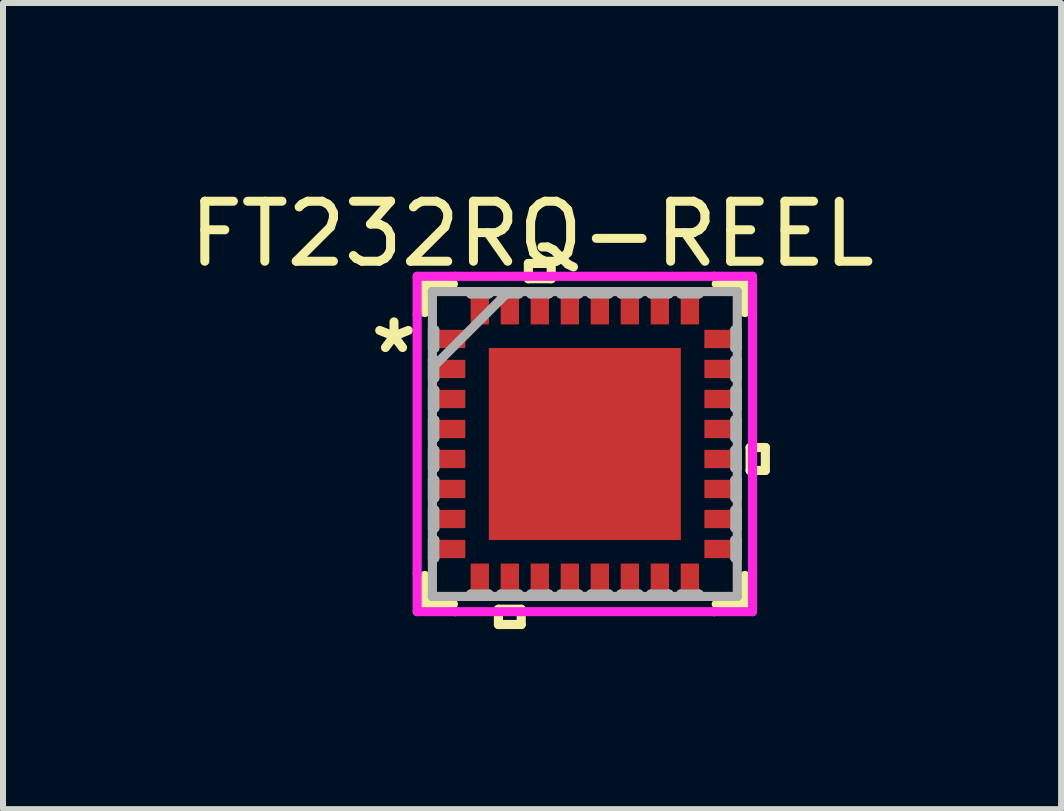
<source format=kicad_pcb>
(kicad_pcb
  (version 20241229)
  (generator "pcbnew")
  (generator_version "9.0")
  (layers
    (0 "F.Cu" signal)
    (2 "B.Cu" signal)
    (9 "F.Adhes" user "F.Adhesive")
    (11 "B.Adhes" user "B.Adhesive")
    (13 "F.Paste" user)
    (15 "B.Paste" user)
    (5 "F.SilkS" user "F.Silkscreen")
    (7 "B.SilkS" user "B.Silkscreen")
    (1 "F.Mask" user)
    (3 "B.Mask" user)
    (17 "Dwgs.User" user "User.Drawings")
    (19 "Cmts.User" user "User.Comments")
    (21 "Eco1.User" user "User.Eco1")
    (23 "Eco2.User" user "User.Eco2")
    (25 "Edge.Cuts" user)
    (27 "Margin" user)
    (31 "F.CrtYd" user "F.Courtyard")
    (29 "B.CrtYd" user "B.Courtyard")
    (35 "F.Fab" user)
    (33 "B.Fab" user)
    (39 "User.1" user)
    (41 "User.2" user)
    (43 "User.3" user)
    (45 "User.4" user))
  (footprint "FT232RQ-REEL"
    (layer "F.Cu")
    (at 6.695 4.348)
    (property "Reference" "FT232RQ-REEL" (at -0.88 -3.5 0) (layer "F.SilkS") (effects (font (size 1 1) (thickness 0.15))))
    (attr through_hole)
    (fp_line (start -2.667 -2.667) (end -2.667 -2.19) (stroke (width 0.152) (type solid)) (layer "F.SilkS"))
    (fp_line (start -2.667 2.19) (end -2.667 2.667) (stroke (width 0.152) (type solid)) (layer "F.SilkS"))
    (fp_line (start -2.667 2.667) (end -2.19 2.667) (stroke (width 0.152) (type solid)) (layer "F.SilkS"))
    (fp_line (start -2.19 -2.667) (end -2.667 -2.667) (stroke (width 0.152) (type solid)) (layer "F.SilkS"))
    (fp_line (start -1.44 2.754) (end -1.44 3.008) (stroke (width 0.152) (type solid)) (layer "F.SilkS"))
    (fp_line (start -1.44 3.008) (end -1.06 3.008) (stroke (width 0.152) (type solid)) (layer "F.SilkS"))
    (fp_line (start -1.06 2.754) (end -1.44 2.754) (stroke (width 0.152) (type solid)) (layer "F.SilkS"))
    (fp_line (start -1.06 3.008) (end -1.06 2.754) (stroke (width 0.152) (type solid)) (layer "F.SilkS"))
    (fp_line (start -0.941 -3.008) (end -0.56 -3.008) (stroke (width 0.152) (type solid)) (layer "F.SilkS"))
    (fp_line (start -0.941 -2.754) (end -0.941 -3.008) (stroke (width 0.152) (type solid)) (layer "F.SilkS"))
    (fp_line (start -0.56 -3.008) (end -0.56 -2.754) (stroke (width 0.152) (type solid)) (layer "F.SilkS"))
    (fp_line (start -0.56 -2.754) (end -0.941 -2.754) (stroke (width 0.152) (type solid)) (layer "F.SilkS"))
    (fp_line (start 2.19 2.667) (end 2.667 2.667) (stroke (width 0.152) (type solid)) (layer "F.SilkS"))
    (fp_line (start 2.667 -2.667) (end 2.19 -2.667) (stroke (width 0.152) (type solid)) (layer "F.SilkS"))
    (fp_line (start 2.667 -2.19) (end 2.667 -2.667) (stroke (width 0.152) (type solid)) (layer "F.SilkS"))
    (fp_line (start 2.667 2.667) (end 2.667 2.19) (stroke (width 0.152) (type solid)) (layer "F.SilkS"))
    (fp_line (start 2.754 0.059) (end 3.008 0.059) (stroke (width 0.152) (type solid)) (layer "F.SilkS"))
    (fp_line (start 2.754 0.441) (end 2.754 0.059) (stroke (width 0.152) (type solid)) (layer "F.SilkS"))
    (fp_line (start 3.008 0.059) (end 3.008 0.441) (stroke (width 0.152) (type solid)) (layer "F.SilkS"))
    (fp_line (start 3.008 0.441) (end 2.754 0.441) (stroke (width 0.152) (type solid)) (layer "F.SilkS"))
    (fp_line (start -2.794 -2.794) (end -2.156 -2.794) (stroke (width 0.152) (type solid)) (layer "F.CrtYd"))
    (fp_line (start -2.794 -2.156) (end -2.794 -2.794) (stroke (width 0.152) (type solid)) (layer "F.CrtYd"))
    (fp_line (start -2.794 -2.156) (end -2.794 -2.156) (stroke (width 0.152) (type solid)) (layer "F.CrtYd"))
    (fp_line (start -2.794 2.156) (end -2.794 -2.156) (stroke (width 0.152) (type solid)) (layer "F.CrtYd"))
    (fp_line (start -2.794 2.156) (end -2.794 2.156) (stroke (width 0.152) (type solid)) (layer "F.CrtYd"))
    (fp_line (start -2.794 2.794) (end -2.794 2.156) (stroke (width 0.152) (type solid)) (layer "F.CrtYd"))
    (fp_line (start -2.156 -2.794) (end -2.156 -2.794) (stroke (width 0.152) (type solid)) (layer "F.CrtYd"))
    (fp_line (start -2.156 -2.794) (end 2.156 -2.794) (stroke (width 0.152) (type solid)) (layer "F.CrtYd"))
    (fp_line (start -2.156 2.794) (end -2.794 2.794) (stroke (width 0.152) (type solid)) (layer "F.CrtYd"))
    (fp_line (start -2.156 2.794) (end -2.156 2.794) (stroke (width 0.152) (type solid)) (layer "F.CrtYd"))
    (fp_line (start 2.156 -2.794) (end 2.156 -2.794) (stroke (width 0.152) (type solid)) (layer "F.CrtYd"))
    (fp_line (start 2.156 -2.794) (end 2.794 -2.794) (stroke (width 0.152) (type solid)) (layer "F.CrtYd"))
    (fp_line (start 2.156 2.794) (end -2.156 2.794) (stroke (width 0.152) (type solid)) (layer "F.CrtYd"))
    (fp_line (start 2.156 2.794) (end 2.156 2.794) (stroke (width 0.152) (type solid)) (layer "F.CrtYd"))
    (fp_line (start 2.794 -2.794) (end 2.794 -2.156) (stroke (width 0.152) (type solid)) (layer "F.CrtYd"))
    (fp_line (start 2.794 -2.156) (end 2.794 -2.156) (stroke (width 0.152) (type solid)) (layer "F.CrtYd"))
    (fp_line (start 2.794 -2.156) (end 2.794 2.156) (stroke (width 0.152) (type solid)) (layer "F.CrtYd"))
    (fp_line (start 2.794 2.156) (end 2.794 2.156) (stroke (width 0.152) (type solid)) (layer "F.CrtYd"))
    (fp_line (start 2.794 2.156) (end 2.794 2.794) (stroke (width 0.152) (type solid)) (layer "F.CrtYd"))
    (fp_line (start 2.794 2.794) (end 2.156 2.794) (stroke (width 0.152) (type solid)) (layer "F.CrtYd"))
    (fp_line (start -2.54 -2.54) (end -2.54 -2.54) (stroke (width 0.152) (type solid)) (layer "F.Fab"))
    (fp_line (start -2.54 -2.54) (end -2.54 2.54) (stroke (width 0.152) (type solid)) (layer "F.Fab"))
    (fp_line (start -2.54 -1.902) (end -2.5 -1.902) (stroke (width 0.152) (type solid)) (layer "F.Fab"))
    (fp_line (start -2.54 -1.598) (end -2.54 -1.902) (stroke (width 0.152) (type solid)) (layer "F.Fab"))
    (fp_line (start -2.54 -1.402) (end -2.5 -1.402) (stroke (width 0.152) (type solid)) (layer "F.Fab"))
    (fp_line (start -2.54 -1.27) (end -1.27 -2.54) (stroke (width 0.152) (type solid)) (layer "F.Fab"))
    (fp_line (start -2.54 -1.098) (end -2.54 -1.402) (stroke (width 0.152) (type solid)) (layer "F.Fab"))
    (fp_line (start -2.54 -0.902) (end -2.5 -0.902) (stroke (width 0.152) (type solid)) (layer "F.Fab"))
    (fp_line (start -2.54 -0.598) (end -2.54 -0.902) (stroke (width 0.152) (type solid)) (layer "F.Fab"))
    (fp_line (start -2.54 -0.402) (end -2.5 -0.402) (stroke (width 0.152) (type solid)) (layer "F.Fab"))
    (fp_line (start -2.54 -0.098) (end -2.54 -0.402) (stroke (width 0.152) (type solid)) (layer "F.Fab"))
    (fp_line (start -2.54 0.098) (end -2.5 0.098) (stroke (width 0.152) (type solid)) (layer "F.Fab"))
    (fp_line (start -2.54 0.402) (end -2.54 0.098) (stroke (width 0.152) (type solid)) (layer "F.Fab"))
    (fp_line (start -2.54 0.598) (end -2.5 0.598) (stroke (width 0.152) (type solid)) (layer "F.Fab"))
    (fp_line (start -2.54 0.902) (end -2.54 0.598) (stroke (width 0.152) (type solid)) (layer "F.Fab"))
    (fp_line (start -2.54 1.098) (end -2.5 1.098) (stroke (width 0.152) (type solid)) (layer "F.Fab"))
    (fp_line (start -2.54 1.402) (end -2.54 1.098) (stroke (width 0.152) (type solid)) (layer "F.Fab"))
    (fp_line (start -2.54 1.598) (end -2.5 1.598) (stroke (width 0.152) (type solid)) (layer "F.Fab"))
    (fp_line (start -2.54 1.902) (end -2.54 1.598) (stroke (width 0.152) (type solid)) (layer "F.Fab"))
    (fp_line (start -2.54 2.54) (end -2.54 2.54) (stroke (width 0.152) (type solid)) (layer "F.Fab"))
    (fp_line (start -2.54 2.54) (end 2.54 2.54) (stroke (width 0.152) (type solid)) (layer "F.Fab"))
    (fp_line (start -2.5 -1.902) (end -2.5 -1.598) (stroke (width 0.152) (type solid)) (layer "F.Fab"))
    (fp_line (start -2.5 -1.598) (end -2.54 -1.598) (stroke (width 0.152) (type solid)) (layer "F.Fab"))
    (fp_line (start -2.5 -1.402) (end -2.5 -1.098) (stroke (width 0.152) (type solid)) (layer "F.Fab"))
    (fp_line (start -2.5 -1.098) (end -2.54 -1.098) (stroke (width 0.152) (type solid)) (layer "F.Fab"))
    (fp_line (start -2.5 -0.902) (end -2.5 -0.598) (stroke (width 0.152) (type solid)) (layer "F.Fab"))
    (fp_line (start -2.5 -0.598) (end -2.54 -0.598) (stroke (width 0.152) (type solid)) (layer "F.Fab"))
    (fp_line (start -2.5 -0.402) (end -2.5 -0.098) (stroke (width 0.152) (type solid)) (layer "F.Fab"))
    (fp_line (start -2.5 -0.098) (end -2.54 -0.098) (stroke (width 0.152) (type solid)) (layer "F.Fab"))
    (fp_line (start -2.5 0.098) (end -2.5 0.402) (stroke (width 0.152) (type solid)) (layer "F.Fab"))
    (fp_line (start -2.5 0.402) (end -2.54 0.402) (stroke (width 0.152) (type solid)) (layer "F.Fab"))
    (fp_line (start -2.5 0.598) (end -2.5 0.902) (stroke (width 0.152) (type solid)) (layer "F.Fab"))
    (fp_line (start -2.5 0.902) (end -2.54 0.902) (stroke (width 0.152) (type solid)) (layer "F.Fab"))
    (fp_line (start -2.5 1.098) (end -2.5 1.402) (stroke (width 0.152) (type solid)) (layer "F.Fab"))
    (fp_line (start -2.5 1.402) (end -2.54 1.402) (stroke (width 0.152) (type solid)) (layer "F.Fab"))
    (fp_line (start -2.5 1.598) (end -2.5 1.902) (stroke (width 0.152) (type solid)) (layer "F.Fab"))
    (fp_line (start -2.5 1.902) (end -2.54 1.902) (stroke (width 0.152) (type solid)) (layer "F.Fab"))
    (fp_line (start -1.902 -2.54) (end -1.598 -2.54) (stroke (width 0.152) (type solid)) (layer "F.Fab"))
    (fp_line (start -1.902 -2.5) (end -1.902 -2.54) (stroke (width 0.152) (type solid)) (layer "F.Fab"))
    (fp_line (start -1.902 2.5) (end -1.598 2.5) (stroke (width 0.152) (type solid)) (layer "F.Fab"))
    (fp_line (start -1.902 2.54) (end -1.902 2.5) (stroke (width 0.152) (type solid)) (layer "F.Fab"))
    (fp_line (start -1.598 -2.54) (end -1.598 -2.5) (stroke (width 0.152) (type solid)) (layer "F.Fab"))
    (fp_line (start -1.598 -2.5) (end -1.902 -2.5) (stroke (width 0.152) (type solid)) (layer "F.Fab"))
    (fp_line (start -1.598 2.5) (end -1.598 2.54) (stroke (width 0.152) (type solid)) (layer "F.Fab"))
    (fp_line (start -1.598 2.54) (end -1.902 2.54) (stroke (width 0.152) (type solid)) (layer "F.Fab"))
    (fp_line (start -1.402 -2.54) (end -1.098 -2.54) (stroke (width 0.152) (type solid)) (layer "F.Fab"))
    (fp_line (start -1.402 -2.5) (end -1.402 -2.54) (stroke (width 0.152) (type solid)) (layer "F.Fab"))
    (fp_line (start -1.402 2.5) (end -1.098 2.5) (stroke (width 0.152) (type solid)) (layer "F.Fab"))
    (fp_line (start -1.402 2.54) (end -1.402 2.5) (stroke (width 0.152) (type solid)) (layer "F.Fab"))
    (fp_line (start -1.098 -2.54) (end -1.098 -2.5) (stroke (width 0.152) (type solid)) (layer "F.Fab"))
    (fp_line (start -1.098 -2.5) (end -1.402 -2.5) (stroke (width 0.152) (type solid)) (layer "F.Fab"))
    (fp_line (start -1.098 2.5) (end -1.098 2.54) (stroke (width 0.152) (type solid)) (layer "F.Fab"))
    (fp_line (start -1.098 2.54) (end -1.402 2.54) (stroke (width 0.152) (type solid)) (layer "F.Fab"))
    (fp_line (start -0.902 -2.54) (end -0.598 -2.54) (stroke (width 0.152) (type solid)) (layer "F.Fab"))
    (fp_line (start -0.902 -2.5) (end -0.902 -2.54) (stroke (width 0.152) (type solid)) (layer "F.Fab"))
    (fp_line (start -0.902 2.5) (end -0.598 2.5) (stroke (width 0.152) (type solid)) (layer "F.Fab"))
    (fp_line (start -0.902 2.54) (end -0.902 2.5) (stroke (width 0.152) (type solid)) (layer "F.Fab"))
    (fp_line (start -0.598 -2.54) (end -0.598 -2.5) (stroke (width 0.152) (type solid)) (layer "F.Fab"))
    (fp_line (start -0.598 -2.5) (end -0.902 -2.5) (stroke (width 0.152) (type solid)) (layer "F.Fab"))
    (fp_line (start -0.598 2.5) (end -0.598 2.54) (stroke (width 0.152) (type solid)) (layer "F.Fab"))
    (fp_line (start -0.598 2.54) (end -0.902 2.54) (stroke (width 0.152) (type solid)) (layer "F.Fab"))
    (fp_line (start -0.402 -2.54) (end -0.098 -2.54) (stroke (width 0.152) (type solid)) (layer "F.Fab"))
    (fp_line (start -0.402 -2.5) (end -0.402 -2.54) (stroke (width 0.152) (type solid)) (layer "F.Fab"))
    (fp_line (start -0.402 2.5) (end -0.098 2.5) (stroke (width 0.152) (type solid)) (layer "F.Fab"))
    (fp_line (start -0.402 2.54) (end -0.402 2.5) (stroke (width 0.152) (type solid)) (layer "F.Fab"))
    (fp_line (start -0.098 -2.54) (end -0.098 -2.5) (stroke (width 0.152) (type solid)) (layer "F.Fab"))
    (fp_line (start -0.098 -2.5) (end -0.402 -2.5) (stroke (width 0.152) (type solid)) (layer "F.Fab"))
    (fp_line (start -0.098 2.5) (end -0.098 2.54) (stroke (width 0.152) (type solid)) (layer "F.Fab"))
    (fp_line (start -0.098 2.54) (end -0.402 2.54) (stroke (width 0.152) (type solid)) (layer "F.Fab"))
    (fp_line (start 0.098 -2.54) (end 0.402 -2.54) (stroke (width 0.152) (type solid)) (layer "F.Fab"))
    (fp_line (start 0.098 -2.5) (end 0.098 -2.54) (stroke (width 0.152) (type solid)) (layer "F.Fab"))
    (fp_line (start 0.098 2.5) (end 0.402 2.5) (stroke (width 0.152) (type solid)) (layer "F.Fab"))
    (fp_line (start 0.098 2.54) (end 0.098 2.5) (stroke (width 0.152) (type solid)) (layer "F.Fab"))
    (fp_line (start 0.402 -2.54) (end 0.402 -2.5) (stroke (width 0.152) (type solid)) (layer "F.Fab"))
    (fp_line (start 0.402 -2.5) (end 0.098 -2.5) (stroke (width 0.152) (type solid)) (layer "F.Fab"))
    (fp_line (start 0.402 2.5) (end 0.402 2.54) (stroke (width 0.152) (type solid)) (layer "F.Fab"))
    (fp_line (start 0.402 2.54) (end 0.098 2.54) (stroke (width 0.152) (type solid)) (layer "F.Fab"))
    (fp_line (start 0.598 -2.54) (end 0.902 -2.54) (stroke (width 0.152) (type solid)) (layer "F.Fab"))
    (fp_line (start 0.598 -2.5) (end 0.598 -2.54) (stroke (width 0.152) (type solid)) (layer "F.Fab"))
    (fp_line (start 0.598 2.5) (end 0.902 2.5) (stroke (width 0.152) (type solid)) (layer "F.Fab"))
    (fp_line (start 0.598 2.54) (end 0.598 2.5) (stroke (width 0.152) (type solid)) (layer "F.Fab"))
    (fp_line (start 0.902 -2.54) (end 0.902 -2.5) (stroke (width 0.152) (type solid)) (layer "F.Fab"))
    (fp_line (start 0.902 -2.5) (end 0.598 -2.5) (stroke (width 0.152) (type solid)) (layer "F.Fab"))
    (fp_line (start 0.902 2.5) (end 0.902 2.54) (stroke (width 0.152) (type solid)) (layer "F.Fab"))
    (fp_line (start 0.902 2.54) (end 0.598 2.54) (stroke (width 0.152) (type solid)) (layer "F.Fab"))
    (fp_line (start 1.098 -2.54) (end 1.402 -2.54) (stroke (width 0.152) (type solid)) (layer "F.Fab"))
    (fp_line (start 1.098 -2.5) (end 1.098 -2.54) (stroke (width 0.152) (type solid)) (layer "F.Fab"))
    (fp_line (start 1.098 2.5) (end 1.402 2.5) (stroke (width 0.152) (type solid)) (layer "F.Fab"))
    (fp_line (start 1.098 2.54) (end 1.098 2.5) (stroke (width 0.152) (type solid)) (layer "F.Fab"))
    (fp_line (start 1.402 -2.54) (end 1.402 -2.5) (stroke (width 0.152) (type solid)) (layer "F.Fab"))
    (fp_line (start 1.402 -2.5) (end 1.098 -2.5) (stroke (width 0.152) (type solid)) (layer "F.Fab"))
    (fp_line (start 1.402 2.5) (end 1.402 2.54) (stroke (width 0.152) (type solid)) (layer "F.Fab"))
    (fp_line (start 1.402 2.54) (end 1.098 2.54) (stroke (width 0.152) (type solid)) (layer "F.Fab"))
    (fp_line (start 1.598 -2.54) (end 1.902 -2.54) (stroke (width 0.152) (type solid)) (layer "F.Fab"))
    (fp_line (start 1.598 -2.5) (end 1.598 -2.54) (stroke (width 0.152) (type solid)) (layer "F.Fab"))
    (fp_line (start 1.598 2.5) (end 1.902 2.5) (stroke (width 0.152) (type solid)) (layer "F.Fab"))
    (fp_line (start 1.598 2.54) (end 1.598 2.5) (stroke (width 0.152) (type solid)) (layer "F.Fab"))
    (fp_line (start 1.902 -2.54) (end 1.902 -2.5) (stroke (width 0.152) (type solid)) (layer "F.Fab"))
    (fp_line (start 1.902 -2.5) (end 1.598 -2.5) (stroke (width 0.152) (type solid)) (layer "F.Fab"))
    (fp_line (start 1.902 2.5) (end 1.902 2.54) (stroke (width 0.152) (type solid)) (layer "F.Fab"))
    (fp_line (start 1.902 2.54) (end 1.598 2.54) (stroke (width 0.152) (type solid)) (layer "F.Fab"))
    (fp_line (start 2.5 -1.902) (end 2.54 -1.902) (stroke (width 0.152) (type solid)) (layer "F.Fab"))
    (fp_line (start 2.5 -1.598) (end 2.5 -1.902) (stroke (width 0.152) (type solid)) (layer "F.Fab"))
    (fp_line (start 2.5 -1.402) (end 2.54 -1.402) (stroke (width 0.152) (type solid)) (layer "F.Fab"))
    (fp_line (start 2.5 -1.098) (end 2.5 -1.402) (stroke (width 0.152) (type solid)) (layer "F.Fab"))
    (fp_line (start 2.5 -0.902) (end 2.54 -0.902) (stroke (width 0.152) (type solid)) (layer "F.Fab"))
    (fp_line (start 2.5 -0.598) (end 2.5 -0.902) (stroke (width 0.152) (type solid)) (layer "F.Fab"))
    (fp_line (start 2.5 -0.402) (end 2.54 -0.402) (stroke (width 0.152) (type solid)) (layer "F.Fab"))
    (fp_line (start 2.5 -0.098) (end 2.5 -0.402) (stroke (width 0.152) (type solid)) (layer "F.Fab"))
    (fp_line (start 2.5 0.098) (end 2.54 0.098) (stroke (width 0.152) (type solid)) (layer "F.Fab"))
    (fp_line (start 2.5 0.402) (end 2.5 0.098) (stroke (width 0.152) (type solid)) (layer "F.Fab"))
    (fp_line (start 2.5 0.598) (end 2.54 0.598) (stroke (width 0.152) (type solid)) (layer "F.Fab"))
    (fp_line (start 2.5 0.902) (end 2.5 0.598) (stroke (width 0.152) (type solid)) (layer "F.Fab"))
    (fp_line (start 2.5 1.098) (end 2.54 1.098) (stroke (width 0.152) (type solid)) (layer "F.Fab"))
    (fp_line (start 2.5 1.402) (end 2.5 1.098) (stroke (width 0.152) (type solid)) (layer "F.Fab"))
    (fp_line (start 2.5 1.598) (end 2.54 1.598) (stroke (width 0.152) (type solid)) (layer "F.Fab"))
    (fp_line (start 2.5 1.902) (end 2.5 1.598) (stroke (width 0.152) (type solid)) (layer "F.Fab"))
    (fp_line (start 2.54 -2.54) (end -2.54 -2.54) (stroke (width 0.152) (type solid)) (layer "F.Fab"))
    (fp_line (start 2.54 -2.54) (end 2.54 -2.54) (stroke (width 0.152) (type solid)) (layer "F.Fab"))
    (fp_line (start 2.54 -1.902) (end 2.54 -1.598) (stroke (width 0.152) (type solid)) (layer "F.Fab"))
    (fp_line (start 2.54 -1.598) (end 2.5 -1.598) (stroke (width 0.152) (type solid)) (layer "F.Fab"))
    (fp_line (start 2.54 -1.402) (end 2.54 -1.098) (stroke (width 0.152) (type solid)) (layer "F.Fab"))
    (fp_line (start 2.54 -1.098) (end 2.5 -1.098) (stroke (width 0.152) (type solid)) (layer "F.Fab"))
    (fp_line (start 2.54 -0.902) (end 2.54 -0.598) (stroke (width 0.152) (type solid)) (layer "F.Fab"))
    (fp_line (start 2.54 -0.598) (end 2.5 -0.598) (stroke (width 0.152) (type solid)) (layer "F.Fab"))
    (fp_line (start 2.54 -0.402) (end 2.54 -0.098) (stroke (width 0.152) (type solid)) (layer "F.Fab"))
    (fp_line (start 2.54 -0.098) (end 2.5 -0.098) (stroke (width 0.152) (type solid)) (layer "F.Fab"))
    (fp_line (start 2.54 0.098) (end 2.54 0.402) (stroke (width 0.152) (type solid)) (layer "F.Fab"))
    (fp_line (start 2.54 0.402) (end 2.5 0.402) (stroke (width 0.152) (type solid)) (layer "F.Fab"))
    (fp_line (start 2.54 0.598) (end 2.54 0.902) (stroke (width 0.152) (type solid)) (layer "F.Fab"))
    (fp_line (start 2.54 0.902) (end 2.5 0.902) (stroke (width 0.152) (type solid)) (layer "F.Fab"))
    (fp_line (start 2.54 1.098) (end 2.54 1.402) (stroke (width 0.152) (type solid)) (layer "F.Fab"))
    (fp_line (start 2.54 1.402) (end 2.5 1.402) (stroke (width 0.152) (type solid)) (layer "F.Fab"))
    (fp_line (start 2.54 1.598) (end 2.54 1.902) (stroke (width 0.152) (type solid)) (layer "F.Fab"))
    (fp_line (start 2.54 1.902) (end 2.5 1.902) (stroke (width 0.152) (type solid)) (layer "F.Fab"))
    (fp_line (start 2.54 2.54) (end 2.54 -2.54) (stroke (width 0.152) (type solid)) (layer "F.Fab"))
    (fp_line (start 2.54 2.54) (end 2.54 2.54) (stroke (width 0.152) (type solid)) (layer "F.Fab"))
    (fp_text user "*" (at -3.18 -1.49 0) (layer "F.SilkS") (effects (font (size 1 1) (thickness 0.15))))
    (pad "" smd rect (at -0.75 -0.75) (size 1.3 1.3) (layers "F.Paste"))
    (pad "" smd rect (at -0.75 0.75) (size 1.3 1.3) (layers "F.Paste"))
    (pad "" smd rect (at 0.75 -0.75) (size 1.3 1.3) (layers "F.Paste"))
    (pad "" smd rect (at 0.75 0.75) (size 1.3 1.3) (layers "F.Paste"))
    (pad "1" smd rect (at -2.246 -1.75 90) (size 0.305 0.508) (layers "F.Cu" "F.Mask" "F.Paste"))
    (pad "2" smd rect (at -2.246 -1.25 90) (size 0.305 0.508) (layers "F.Cu" "F.Mask" "F.Paste"))
    (pad "3" smd rect (at -2.246 -0.75 90) (size 0.305 0.508) (layers "F.Cu" "F.Mask" "F.Paste"))
    (pad "4" smd rect (at -2.246 -0.25 90) (size 0.305 0.508) (layers "F.Cu" "F.Mask" "F.Paste"))
    (pad "5" smd rect (at -2.246 0.25 90) (size 0.305 0.508) (layers "F.Cu" "F.Mask" "F.Paste"))
    (pad "6" smd rect (at -2.246 0.75 90) (size 0.305 0.508) (layers "F.Cu" "F.Mask" "F.Paste"))
    (pad "7" smd rect (at -2.246 1.25 90) (size 0.305 0.508) (layers "F.Cu" "F.Mask" "F.Paste"))
    (pad "8" smd rect (at -2.246 1.75 90) (size 0.305 0.508) (layers "F.Cu" "F.Mask" "F.Paste"))
    (pad "9" smd rect (at -1.75 2.246) (size 0.305 0.508) (layers "F.Cu" "F.Mask" "F.Paste"))
    (pad "10" smd rect (at -1.25 2.246) (size 0.305 0.508) (layers "F.Cu" "F.Mask" "F.Paste"))
    (pad "11" smd rect (at -0.75 2.246) (size 0.305 0.508) (layers "F.Cu" "F.Mask" "F.Paste"))
    (pad "12" smd rect (at -0.25 2.246) (size 0.305 0.508) (layers "F.Cu" "F.Mask" "F.Paste"))
    (pad "13" smd rect (at 0.25 2.246) (size 0.305 0.508) (layers "F.Cu" "F.Mask" "F.Paste"))
    (pad "14" smd rect (at 0.75 2.246) (size 0.305 0.508) (layers "F.Cu" "F.Mask" "F.Paste"))
    (pad "15" smd rect (at 1.25 2.246) (size 0.305 0.508) (layers "F.Cu" "F.Mask" "F.Paste"))
    (pad "16" smd rect (at 1.75 2.246) (size 0.305 0.508) (layers "F.Cu" "F.Mask" "F.Paste"))
    (pad "17" smd rect (at 2.246 1.75 90) (size 0.305 0.508) (layers "F.Cu" "F.Mask" "F.Paste"))
    (pad "18" smd rect (at 2.246 1.25 90) (size 0.305 0.508) (layers "F.Cu" "F.Mask" "F.Paste"))
    (pad "19" smd rect (at 2.246 0.75 90) (size 0.305 0.508) (layers "F.Cu" "F.Mask" "F.Paste"))
    (pad "20" smd rect (at 2.246 0.25 90) (size 0.305 0.508) (layers "F.Cu" "F.Mask" "F.Paste"))
    (pad "21" smd rect (at 2.246 -0.25 90) (size 0.305 0.508) (layers "F.Cu" "F.Mask" "F.Paste"))
    (pad "22" smd rect (at 2.246 -0.75 90) (size 0.305 0.508) (layers "F.Cu" "F.Mask" "F.Paste"))
    (pad "23" smd rect (at 2.246 -1.25 90) (size 0.305 0.508) (layers "F.Cu" "F.Mask" "F.Paste"))
    (pad "24" smd rect (at 2.246 -1.75 90) (size 0.305 0.508) (layers "F.Cu" "F.Mask" "F.Paste"))
    (pad "25" smd rect (at 1.75 -2.246) (size 0.305 0.508) (layers "F.Cu" "F.Mask" "F.Paste"))
    (pad "26" smd rect (at 1.25 -2.246) (size 0.305 0.508) (layers "F.Cu" "F.Mask" "F.Paste"))
    (pad "27" smd rect (at 0.75 -2.246) (size 0.305 0.508) (layers "F.Cu" "F.Mask" "F.Paste"))
    (pad "28" smd rect (at 0.25 -2.246) (size 0.305 0.508) (layers "F.Cu" "F.Mask" "F.Paste"))
    (pad "29" smd rect (at -0.25 -2.246) (size 0.305 0.508) (layers "F.Cu" "F.Mask" "F.Paste"))
    (pad "30" smd rect (at -0.75 -2.246) (size 0.305 0.508) (layers "F.Cu" "F.Mask" "F.Paste"))
    (pad "31" smd rect (at -1.25 -2.246) (size 0.305 0.508) (layers "F.Cu" "F.Mask" "F.Paste"))
    (pad "32" smd rect (at -1.75 -2.246) (size 0.305 0.508) (layers "F.Cu" "F.Mask" "F.Paste"))
    (pad "33" smd rect (at 0 0) (size 3.2 3.2) (layers "F.Cu" "F.Mask")))
  (gr_rect
    (start -3 -3)
    (end 14.631 10.432)
    (stroke (width 0.1) (type default))
    (fill no)
    (layer "Edge.Cuts")))
</source>
